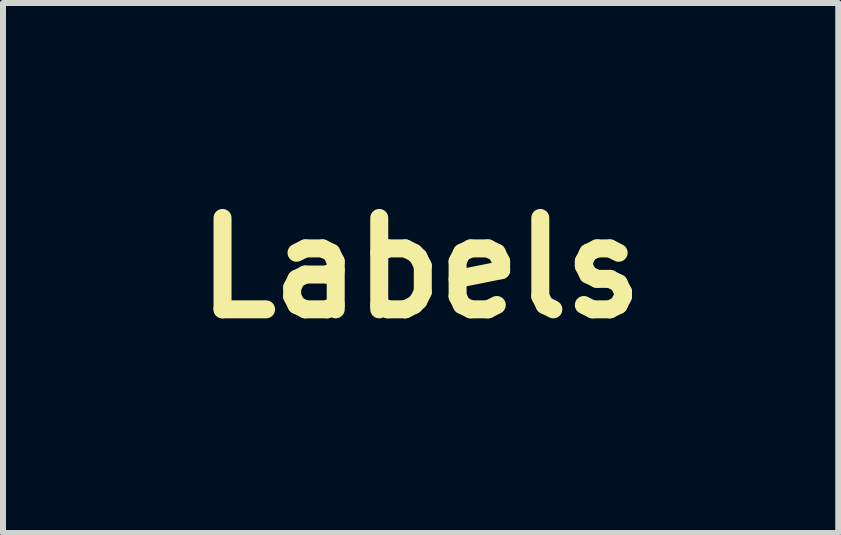
<source format=kicad_pcb>
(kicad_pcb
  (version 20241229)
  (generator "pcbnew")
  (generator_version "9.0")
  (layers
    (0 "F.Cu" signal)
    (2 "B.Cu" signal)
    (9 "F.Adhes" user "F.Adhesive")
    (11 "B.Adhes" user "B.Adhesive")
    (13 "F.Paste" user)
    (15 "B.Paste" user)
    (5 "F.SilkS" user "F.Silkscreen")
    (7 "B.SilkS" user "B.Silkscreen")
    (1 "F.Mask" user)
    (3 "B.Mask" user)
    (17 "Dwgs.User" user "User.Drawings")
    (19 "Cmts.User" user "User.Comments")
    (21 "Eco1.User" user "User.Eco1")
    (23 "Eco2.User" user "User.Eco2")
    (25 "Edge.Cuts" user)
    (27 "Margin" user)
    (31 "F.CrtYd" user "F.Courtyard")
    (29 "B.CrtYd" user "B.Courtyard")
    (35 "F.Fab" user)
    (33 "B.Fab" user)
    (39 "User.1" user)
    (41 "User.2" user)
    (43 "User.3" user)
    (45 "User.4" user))
  (footprint "Labels"
    (layer "F.Cu")
    (at 3.962 1.418)
    (property "Reference" "Labels" (at 0 0 0) (layer "F.SilkS") (effects (font (size 1.524 1.524) (thickness 0.3))))
    (attr through_hole)
    (fp_poly (pts (xy -1.055 -0.85) (xy -0.986 -0.85) (xy -0.914 -0.85) (xy -0.838 -0.85) (xy -0.759 -0.85) (xy -0.676 -0.85) (xy -0.589 -0.85) (xy -0.498 -0.85) (xy -0.403 -0.85) (xy -0.304 -0.85) (xy -0.201 -0.85) (xy -0.094 -0.85) (xy -0.073 -0.85) (xy 1.771 -0.849) (xy 1.979 -0.443) (xy 1.999 -0.403) (xy 2.019 -0.364) (xy 2.039 -0.325) (xy 2.058 -0.289) (xy 2.076 -0.253) (xy 2.093 -0.22) (xy 2.109 -0.188) (xy 2.124 -0.158) (xy 2.139 -0.13) (xy 2.151 -0.105) (xy 2.163 -0.083) (xy 2.173 -0.063) (xy 2.181 -0.046) (xy 2.188 -0.033) (xy 2.193 -0.023) (xy 2.197 -0.016) (xy 2.198 -0.014) (xy 2.209 0.008) (xy 1.986 0.428) (xy 1.763 0.849) (xy -0.081 0.849) (xy -0.171 0.849) (xy -0.26 0.849) (xy -0.348 0.849) (xy -0.434 0.849) (xy -0.52 0.849) (xy -0.603 0.849) (xy -0.686 0.849) (xy -0.766 0.849) (xy -0.845 0.849) (xy -0.922 0.849) (xy -0.997 0.849) (xy -1.069 0.849) (xy -1.14 0.849) (xy -1.208 0.849) (xy -1.274 0.849) (xy -1.337 0.849) (xy -1.398 0.849) (xy -1.456 0.849) (xy -1.511 0.849) (xy -1.563 0.849) (xy -1.613 0.849) (xy -1.659 0.849) (xy -1.702 0.849) (xy -1.741 0.849) (xy -1.777 0.849) (xy -1.81 0.849) (xy -1.839 0.849) (xy -1.864 0.849) (xy -1.885 0.849) (xy -1.903 0.849) (xy -1.916 0.849) (xy -1.925 0.849) (xy -1.93 0.849) (xy -1.931 0.849) (xy -1.975 0.842) (xy -2.02 0.832) (xy -2.065 0.82) (xy -2.109 0.806) (xy -2.137 0.795) (xy -2.145 0.792) (xy -2.155 0.788) (xy -2.166 0.783) (xy -2.177 0.778) (xy -2.188 0.774) (xy -2.196 0.77) (xy -2.203 0.766) (xy -2.206 0.765) (xy -2.205 0.763) (xy -2.201 0.758) (xy -2.196 0.751) (xy -2.19 0.743) (xy -2.186 0.738) (xy -2.145 0.679) (xy -2.108 0.617) (xy -2.074 0.554) (xy -2.044 0.489) (xy -2.018 0.422) (xy -1.995 0.354) (xy -1.977 0.285) (xy -1.968 0.241) (xy -0.994 0.241) (xy -0.993 0.266) (xy -0.989 0.304) (xy -0.981 0.34) (xy -0.97 0.375) (xy -0.965 0.386) (xy -0.949 0.419) (xy -0.928 0.45) (xy -0.905 0.479) (xy -0.877 0.505) (xy -0.847 0.53) (xy -0.814 0.551) (xy -0.778 0.57) (xy -0.74 0.587) (xy -0.699 0.6) (xy -0.656 0.611) (xy -0.612 0.618) (xy -0.566 0.623) (xy -0.518 0.624) (xy -0.47 0.623) (xy -0.422 0.618) (xy -0.377 0.61) (xy -0.335 0.599) (xy -0.296 0.585) (xy -0.26 0.568) (xy -0.227 0.548) (xy -0.197 0.525) (xy -0.195 0.524) (xy -0.17 0.5) (xy -0.149 0.473) (xy -0.131 0.443) (xy -0.117 0.412) (xy -0.107 0.379) (xy -0.101 0.344) (xy -0.098 0.307) (xy -0.099 0.289) (xy 0.011 0.289) (xy 0.012 0.306) (xy 0.015 0.334) (xy 0.019 0.358) (xy 0.024 0.38) (xy 0.03 0.401) (xy 0.035 0.414) (xy 0.05 0.446) (xy 0.069 0.475) (xy 0.092 0.502) (xy 0.118 0.528) (xy 0.147 0.55) (xy 0.179 0.57) (xy 0.193 0.577) (xy 0.217 0.589) (xy 0.241 0.598) (xy 0.266 0.606) (xy 0.291 0.612) (xy 0.319 0.617) (xy 0.349 0.621) (xy 0.373 0.624) (xy 0.382 0.624) (xy 0.395 0.624) (xy 0.41 0.624) (xy 0.426 0.624) (xy 0.443 0.623) (xy 0.459 0.622) (xy 0.474 0.621) (xy 0.486 0.62) (xy 0.489 0.619) (xy 0.532 0.612) (xy 0.571 0.603) (xy 0.608 0.59) (xy 0.642 0.574) (xy 0.675 0.555) (xy 0.706 0.533) (xy 0.709 0.53) (xy 0.736 0.506) (xy 0.76 0.478) (xy 0.78 0.448) (xy 0.796 0.416) (xy 0.809 0.382) (xy 0.817 0.345) (xy 0.817 0.345) (xy 0.82 0.327) (xy 0.821 0.307) (xy 0.822 0.285) (xy 0.822 0.264) (xy 0.821 0.245) (xy 0.819 0.228) (xy 0.819 0.226) (xy 0.81 0.191) (xy 0.798 0.159) (xy 0.783 0.129) (xy 0.764 0.102) (xy 0.742 0.077) (xy 0.716 0.055) (xy 0.686 0.036) (xy 0.666 0.025) (xy 0.656 0.02) (xy 0.647 0.016) (xy 0.639 0.013) (xy 0.636 0.011) (xy 0.629 0.009) (xy 0.653 -0.005) (xy 0.685 -0.025) (xy 0.713 -0.048) (xy 0.738 -0.073) (xy 0.759 -0.101) (xy 0.777 -0.13) (xy 0.79 -0.161) (xy 0.797 -0.184) (xy 0.799 -0.192) (xy 0.801 -0.198) (xy 0.802 -0.205) (xy 0.802 -0.213) (xy 0.802 -0.223) (xy 0.803 -0.236) (xy 0.803 -0.25) (xy 0.802 -0.266) (xy 0.802 -0.279) (xy 0.802 -0.29) (xy 0.801 -0.299) (xy 0.799 -0.308) (xy 0.798 -0.317) (xy 0.797 -0.318) (xy 0.788 -0.353) (xy 0.777 -0.384) (xy 0.762 -0.413) (xy 0.744 -0.44) (xy 0.722 -0.465) (xy 0.713 -0.473) (xy 0.686 -0.497) (xy 0.657 -0.517) (xy 0.625 -0.534) (xy 0.59 -0.548) (xy 0.553 -0.559) (xy 0.512 -0.568) (xy 0.489 -0.571) (xy 0.474 -0.573) (xy 0.456 -0.574) (xy 0.436 -0.575) (xy 0.416 -0.575) (xy 0.395 -0.575) (xy 0.376 -0.574) (xy 0.36 -0.573) (xy 0.347 -0.572) (xy 0.303 -0.565) (xy 0.262 -0.553) (xy 0.223 -0.539) (xy 0.187 -0.521) (xy 0.154 -0.5) (xy 0.124 -0.476) (xy 0.117 -0.469) (xy 0.092 -0.442) (xy 0.071 -0.414) (xy 0.055 -0.384) (xy 0.042 -0.353) (xy 0.033 -0.319) (xy 0.03 -0.303) (xy 0.028 -0.292) (xy 0.027 -0.281) (xy 0.027 -0.271) (xy 0.027 -0.269) (xy 0.026 -0.256) (xy 0.142 -0.257) (xy 0.257 -0.257) (xy 0.26 -0.275) (xy 0.265 -0.298) (xy 0.274 -0.318) (xy 0.287 -0.336) (xy 0.304 -0.352) (xy 0.324 -0.366) (xy 0.331 -0.369) (xy 0.346 -0.377) (xy 0.361 -0.382) (xy 0.377 -0.385) (xy 0.394 -0.387) (xy 0.414 -0.388) (xy 0.416 -0.388) (xy 0.437 -0.387) (xy 0.455 -0.385) (xy 0.47 -0.382) (xy 0.485 -0.377) (xy 0.5 -0.37) (xy 0.519 -0.358) (xy 0.536 -0.343) (xy 0.55 -0.324) (xy 0.561 -0.304) (xy 0.568 -0.281) (xy 0.569 -0.278) (xy 0.571 -0.267) (xy 0.571 -0.252) (xy 0.571 -0.236) (xy 0.571 -0.22) (xy 0.569 -0.205) (xy 0.567 -0.192) (xy 0.567 -0.189) (xy 0.558 -0.166) (xy 0.547 -0.145) (xy 0.533 -0.126) (xy 0.516 -0.111) (xy 0.497 -0.099) (xy 0.495 -0.098) (xy 0.484 -0.093) (xy 0.473 -0.089) (xy 0.462 -0.086) (xy 0.45 -0.083) (xy 0.436 -0.081) (xy 0.42 -0.079) (xy 0.402 -0.078) (xy 0.38 -0.078) (xy 0.355 -0.077) (xy 0.335 -0.077) (xy 0.276 -0.077) (xy 0.276 0.104) (xy 0.354 0.104) (xy 0.379 0.104) (xy 0.399 0.104) (xy 0.417 0.105) (xy 0.431 0.105) (xy 0.444 0.106) (xy 0.454 0.108) (xy 0.464 0.109) (xy 0.473 0.111) (xy 0.483 0.114) (xy 0.486 0.115) (xy 0.51 0.125) (xy 0.532 0.138) (xy 0.55 0.154) (xy 0.565 0.173) (xy 0.576 0.195) (xy 0.583 0.214) (xy 0.587 0.233) (xy 0.59 0.254) (xy 0.591 0.274) (xy 0.59 0.293) (xy 0.59 0.298) (xy 0.586 0.321) (xy 0.58 0.341) (xy 0.571 0.359) (xy 0.559 0.376) (xy 0.547 0.39) (xy 0.529 0.405) (xy 0.511 0.417) (xy 0.491 0.426) (xy 0.468 0.432) (xy 0.442 0.436) (xy 0.426 0.437) (xy 0.397 0.436) (xy 0.37 0.433) (xy 0.345 0.426) (xy 0.323 0.416) (xy 0.311 0.409) (xy 0.29 0.393) (xy 0.273 0.375) (xy 0.26 0.356) (xy 0.251 0.334) (xy 0.245 0.31) (xy 0.245 0.308) (xy 0.244 0.3) (xy 0.243 0.294) (xy 0.243 0.291) (xy 0.243 0.291) (xy 0.241 0.291) (xy 0.235 0.29) (xy 0.225 0.29) (xy 0.212 0.29) (xy 0.196 0.29) (xy 0.178 0.289) (xy 0.158 0.289) (xy 0.136 0.289) (xy 0.127 0.289) (xy 0.011 0.289) (xy -0.099 0.289) (xy -0.099 0.274) (xy -0.104 0.239) (xy -0.111 0.207) (xy -0.122 0.176) (xy -0.135 0.147) (xy -0.152 0.119) (xy -0.173 0.093) (xy -0.196 0.068) (xy -0.224 0.045) (xy -0.255 0.022) (xy -0.29 0.001) (xy -0.329 -0.019) (xy -0.372 -0.038) (xy -0.419 -0.057) (xy -0.471 -0.074) (xy -0.49 -0.081) (xy -0.53 -0.093) (xy -0.565 -0.106) (xy -0.596 -0.119) (xy -0.623 -0.132) (xy -0.647 -0.145) (xy -0.666 -0.158) (xy -0.683 -0.172) (xy -0.695 -0.186) (xy -0.705 -0.2) (xy -0.707 -0.205) (xy -0.714 -0.225) (xy -0.717 -0.245) (xy -0.716 -0.266) (xy -0.711 -0.287) (xy -0.703 -0.306) (xy -0.691 -0.324) (xy -0.676 -0.34) (xy -0.672 -0.343) (xy -0.652 -0.357) (xy -0.629 -0.368) (xy -0.603 -0.376) (xy -0.574 -0.381) (xy -0.56 -0.383) (xy -0.527 -0.384) (xy -0.496 -0.382) (xy -0.467 -0.377) (xy -0.44 -0.369) (xy -0.416 -0.357) (xy -0.395 -0.343) (xy -0.376 -0.325) (xy -0.369 -0.317) (xy -0.36 -0.303) (xy -0.352 -0.288) (xy -0.347 -0.271) (xy -0.342 -0.251) (xy -0.339 -0.228) (xy -0.339 -0.227) (xy -0.338 -0.214) (xy -0.219 -0.214) (xy -0.196 -0.214) (xy -0.175 -0.214) (xy -0.156 -0.214) (xy -0.138 -0.215) (xy -0.124 -0.215) (xy -0.112 -0.215) (xy -0.104 -0.216) (xy -0.099 -0.216) (xy -0.098 -0.216) (xy -0.098 -0.219) (xy -0.098 -0.226) (xy -0.099 -0.235) (xy -0.1 -0.246) (xy -0.101 -0.257) (xy -0.102 -0.269) (xy -0.104 -0.279) (xy -0.105 -0.286) (xy -0.115 -0.322) (xy -0.128 -0.357) (xy -0.146 -0.39) (xy -0.167 -0.421) (xy -0.191 -0.45) (xy -0.218 -0.476) (xy -0.248 -0.499) (xy -0.256 -0.504) (xy -0.268 -0.511) (xy -0.283 -0.519) (xy -0.299 -0.527) (xy -0.316 -0.535) (xy -0.331 -0.541) (xy -0.338 -0.544) (xy -0.378 -0.557) (xy -0.421 -0.566) (xy -0.465 -0.572) (xy -0.511 -0.575) (xy -0.557 -0.575) (xy -0.602 -0.571) (xy -0.648 -0.565) (xy -0.692 -0.554) (xy -0.724 -0.544) (xy -0.759 -0.53) (xy -0.793 -0.514) (xy -0.823 -0.495) (xy -0.851 -0.475) (xy -0.875 -0.453) (xy -0.881 -0.447) (xy -0.904 -0.419) (xy -0.922 -0.39) (xy -0.937 -0.358) (xy -0.948 -0.325) (xy -0.955 -0.291) (xy -0.958 -0.256) (xy -0.956 -0.221) (xy -0.956 -0.22) (xy -0.951 -0.185) (xy -0.942 -0.153) (xy -0.93 -0.123) (xy -0.914 -0.095) (xy -0.894 -0.067) (xy -0.874 -0.046) (xy -0.856 -0.027) (xy -0.836 -0.01) (xy -0.814 0.006) (xy -0.79 0.022) (xy -0.764 0.037) (xy -0.736 0.052) (xy -0.704 0.067) (xy -0.669 0.081) (xy -0.63 0.096) (xy -0.588 0.111) (xy -0.574 0.116) (xy -0.541 0.127) (xy -0.511 0.138) (xy -0.485 0.148) (xy -0.462 0.157) (xy -0.443 0.166) (xy -0.426 0.174) (xy -0.411 0.182) (xy -0.398 0.191) (xy -0.387 0.199) (xy -0.377 0.207) (xy -0.375 0.21) (xy -0.363 0.224) (xy -0.353 0.239) (xy -0.347 0.255) (xy -0.343 0.273) (xy -0.341 0.294) (xy -0.341 0.312) (xy -0.342 0.327) (xy -0.345 0.341) (xy -0.351 0.355) (xy -0.353 0.359) (xy -0.361 0.373) (xy -0.373 0.386) (xy -0.387 0.398) (xy -0.402 0.408) (xy -0.406 0.41) (xy -0.428 0.42) (xy -0.453 0.427) (xy -0.48 0.431) (xy -0.509 0.434) (xy -0.538 0.434) (xy -0.567 0.432) (xy -0.596 0.428) (xy -0.623 0.421) (xy -0.648 0.413) (xy -0.67 0.402) (xy -0.678 0.397) (xy -0.699 0.382) (xy -0.715 0.364) (xy -0.729 0.344) (xy -0.739 0.32) (xy -0.747 0.294) (xy -0.751 0.266) (xy -0.754 0.241) (xy -0.994 0.241) (xy -1.968 0.241) (xy -1.963 0.214) (xy -1.952 0.143) (xy -1.946 0.072) (xy -1.944 -0.001) (xy -1.946 -0.073) (xy -1.952 -0.145) (xy -1.962 -0.217) (xy -1.97 -0.257) (xy -1.987 -0.327) (xy -2.008 -0.396) (xy -2.033 -0.464) (xy -2.061 -0.53) (xy -2.093 -0.594) (xy -2.129 -0.656) (xy -2.167 -0.715) (xy -2.187 -0.741) (xy -2.194 -0.752) (xy -2.199 -0.759) (xy -2.201 -0.764) (xy -2.202 -0.766) (xy -2.201 -0.767) (xy -2.198 -0.768) (xy -2.192 -0.771) (xy -2.183 -0.775) (xy -2.173 -0.78) (xy -2.165 -0.783) (xy -2.123 -0.8) (xy -2.079 -0.815) (xy -2.032 -0.828) (xy -1.986 -0.839) (xy -1.947 -0.846) (xy -1.945 -0.846) (xy -1.943 -0.846) (xy -1.941 -0.847) (xy -1.939 -0.847) (xy -1.936 -0.847) (xy -1.933 -0.847) (xy -1.929 -0.847) (xy -1.925 -0.848) (xy -1.92 -0.848) (xy -1.914 -0.848) (xy -1.907 -0.848) (xy -1.899 -0.848) (xy -1.89 -0.848) (xy -1.88 -0.849) (xy -1.869 -0.849) (xy -1.856 -0.849) (xy -1.842 -0.849) (xy -1.827 -0.849) (xy -1.809 -0.849) (xy -1.791 -0.849) (xy -1.77 -0.849) (xy -1.747 -0.849) (xy -1.722 -0.849) (xy -1.696 -0.85) (xy -1.667 -0.85) (xy -1.636 -0.85) (xy -1.602 -0.85) (xy -1.567 -0.85) (xy -1.528 -0.85) (xy -1.487 -0.85) (xy -1.443 -0.85) (xy -1.397 -0.85) (xy -1.348 -0.85) (xy -1.295 -0.85) (xy -1.24 -0.85) (xy -1.181 -0.85) (xy -1.12 -0.85) (xy -1.055 -0.85)) (stroke (width 0.01) (type solid)) (fill yes) (layer "F.Mask")))
  (gr_rect
    (start -3 -3)
    (end 10.925 5.836)
    (stroke (width 0.1) (type default))
    (fill no)
    (layer "Edge.Cuts")))
</source>
